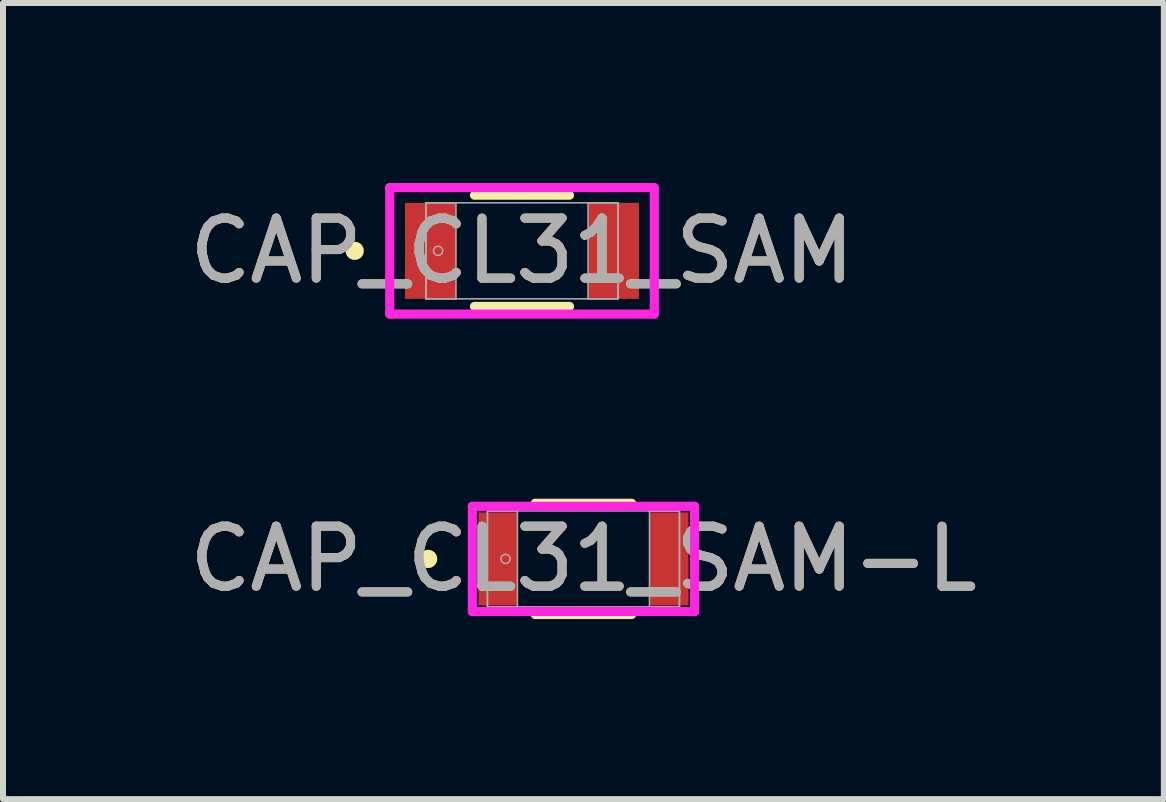
<source format=kicad_pcb>
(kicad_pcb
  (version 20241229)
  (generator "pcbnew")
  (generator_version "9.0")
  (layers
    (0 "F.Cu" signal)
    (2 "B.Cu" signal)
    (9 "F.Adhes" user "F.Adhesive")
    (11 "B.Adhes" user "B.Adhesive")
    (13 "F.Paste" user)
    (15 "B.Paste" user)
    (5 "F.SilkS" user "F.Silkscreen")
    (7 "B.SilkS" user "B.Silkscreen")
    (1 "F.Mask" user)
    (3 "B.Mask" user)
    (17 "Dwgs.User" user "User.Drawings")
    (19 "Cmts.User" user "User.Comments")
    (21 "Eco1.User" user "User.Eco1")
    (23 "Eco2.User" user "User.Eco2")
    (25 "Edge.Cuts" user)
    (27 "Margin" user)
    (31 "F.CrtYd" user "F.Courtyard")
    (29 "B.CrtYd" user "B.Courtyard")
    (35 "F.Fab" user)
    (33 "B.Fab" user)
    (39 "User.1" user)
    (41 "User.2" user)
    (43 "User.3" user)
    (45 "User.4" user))
  (footprint "CAP_CL31_SAM"
    (layer "F.Cu")
    (at 5.649 1.13)
    (property "Reference" "CAP_CL31_SAM" (at 0 0 0) (unlocked yes) (layer "F.SilkS") (effects (font (size 1 1) (thickness 0.15))))
    (attr smd)
    (fp_line (start -0.792 0.927) (end 0.792 0.927) (stroke (width 0.152) (type solid)) (layer "F.SilkS"))
    (fp_line (start 0.792 -0.927) (end -0.792 -0.927) (stroke (width 0.152) (type solid)) (layer "F.SilkS"))
    (fp_circle (center -2.788 0) (end -2.712 0) (stroke (width 0.152) (type solid)) (fill no) (layer "F.SilkS"))
    (fp_line (start -2.204 -1.054) (end 2.204 -1.054) (stroke (width 0.152) (type solid)) (layer "F.CrtYd"))
    (fp_line (start -2.204 1.054) (end -2.204 -1.054) (stroke (width 0.152) (type solid)) (layer "F.CrtYd"))
    (fp_line (start 2.204 -1.054) (end 2.204 1.054) (stroke (width 0.152) (type solid)) (layer "F.CrtYd"))
    (fp_line (start 2.204 1.054) (end -2.204 1.054) (stroke (width 0.152) (type solid)) (layer "F.CrtYd"))
    (fp_line (start -1.6 -0.8) (end -1.6 0.8) (stroke (width 0.025) (type solid)) (layer "F.Fab"))
    (fp_line (start -1.6 -0.8) (end -1.6 0.8) (stroke (width 0.025) (type solid)) (layer "F.Fab"))
    (fp_line (start -1.6 0.8) (end -1.1 0.8) (stroke (width 0.025) (type solid)) (layer "F.Fab"))
    (fp_line (start -1.6 0.8) (end 1.6 0.8) (stroke (width 0.025) (type solid)) (layer "F.Fab"))
    (fp_line (start -1.1 -0.8) (end -1.6 -0.8) (stroke (width 0.025) (type solid)) (layer "F.Fab"))
    (fp_line (start -1.1 0.8) (end -1.1 -0.8) (stroke (width 0.025) (type solid)) (layer "F.Fab"))
    (fp_line (start 1.1 -0.8) (end 1.1 0.8) (stroke (width 0.025) (type solid)) (layer "F.Fab"))
    (fp_line (start 1.1 0.8) (end 1.6 0.8) (stroke (width 0.025) (type solid)) (layer "F.Fab"))
    (fp_line (start 1.6 -0.8) (end -1.6 -0.8) (stroke (width 0.025) (type solid)) (layer "F.Fab"))
    (fp_line (start 1.6 -0.8) (end 1.1 -0.8) (stroke (width 0.025) (type solid)) (layer "F.Fab"))
    (fp_line (start 1.6 0.8) (end 1.6 -0.8) (stroke (width 0.025) (type solid)) (layer "F.Fab"))
    (fp_line (start 1.6 0.8) (end 1.6 -0.8) (stroke (width 0.025) (type solid)) (layer "F.Fab"))
    (fp_circle (center -1.398 0) (end -1.322 0) (stroke (width 0.025) (type solid)) (fill no) (layer "F.Fab"))
    (fp_text user "${REFERENCE}" (at 0 0 0) (unlocked yes) (layer "F.Fab") (effects (font (size 1 1) (thickness 0.15))))
    (pad "1" smd rect (at -1.525 0) (size 0.85 1.6) (layers "F.Cu" "F.Mask" "F.Paste"))
    (pad "2" smd rect (at 1.525 0) (size 0.85 1.6) (layers "F.Cu" "F.Mask" "F.Paste"))
    (zone (net_name "") (layer "F.Cu") (hatch full 0.508) (connect_pads) (min_thickness 0.254) (filled_areas_thickness no) (keepout (tracks not_allowed) (vias not_allowed) (pads allowed) (copperpour not_allowed) (footprints allowed)) (placement (enabled no)) (fill) (polygon (pts (xy 4.6 0.381) (xy 6.698 0.381) (xy 6.698 1.879) (xy 4.6 1.879)))))
  (footprint "CAP_CL31_SAM-L"
    (layer "F.Cu")
    (at 6.673 6.264)
    (property "Reference" "CAP_CL31_SAM-L" (at 0 0 0) (unlocked yes) (layer "F.SilkS") (effects (font (size 1 1) (thickness 0.15))))
    (attr smd)
    (fp_line (start -0.804 0.927) (end 0.804 0.927) (stroke (width 0.152) (type solid)) (layer "F.SilkS"))
    (fp_line (start 0.804 -0.927) (end -0.804 -0.927) (stroke (width 0.152) (type solid)) (layer "F.SilkS"))
    (fp_circle (center -2.588 0) (end -2.512 0) (stroke (width 0.152) (type solid)) (fill no) (layer "F.SilkS"))
    (fp_line (start -1.852 -0.877) (end 1.852 -0.877) (stroke (width 0.152) (type solid)) (layer "F.CrtYd"))
    (fp_line (start -1.852 0.877) (end -1.852 -0.877) (stroke (width 0.152) (type solid)) (layer "F.CrtYd"))
    (fp_line (start 1.852 -0.877) (end 1.852 0.877) (stroke (width 0.152) (type solid)) (layer "F.CrtYd"))
    (fp_line (start 1.852 0.877) (end -1.852 0.877) (stroke (width 0.152) (type solid)) (layer "F.CrtYd"))
    (fp_line (start -1.6 -0.8) (end -1.6 0.8) (stroke (width 0.025) (type solid)) (layer "F.Fab"))
    (fp_line (start -1.6 -0.8) (end -1.6 0.8) (stroke (width 0.025) (type solid)) (layer "F.Fab"))
    (fp_line (start -1.6 0.8) (end -1.1 0.8) (stroke (width 0.025) (type solid)) (layer "F.Fab"))
    (fp_line (start -1.6 0.8) (end 1.6 0.8) (stroke (width 0.025) (type solid)) (layer "F.Fab"))
    (fp_line (start -1.1 -0.8) (end -1.6 -0.8) (stroke (width 0.025) (type solid)) (layer "F.Fab"))
    (fp_line (start -1.1 0.8) (end -1.1 -0.8) (stroke (width 0.025) (type solid)) (layer "F.Fab"))
    (fp_line (start 1.1 -0.8) (end 1.1 0.8) (stroke (width 0.025) (type solid)) (layer "F.Fab"))
    (fp_line (start 1.1 0.8) (end 1.6 0.8) (stroke (width 0.025) (type solid)) (layer "F.Fab"))
    (fp_line (start 1.6 -0.8) (end -1.6 -0.8) (stroke (width 0.025) (type solid)) (layer "F.Fab"))
    (fp_line (start 1.6 -0.8) (end 1.1 -0.8) (stroke (width 0.025) (type solid)) (layer "F.Fab"))
    (fp_line (start 1.6 0.8) (end 1.6 -0.8) (stroke (width 0.025) (type solid)) (layer "F.Fab"))
    (fp_line (start 1.6 0.8) (end 1.6 -0.8) (stroke (width 0.025) (type solid)) (layer "F.Fab"))
    (fp_circle (center -1.298 0) (end -1.222 0) (stroke (width 0.025) (type solid)) (fill no) (layer "F.Fab"))
    (fp_text user "${REFERENCE}" (at 0 0 0) (unlocked yes) (layer "F.Fab") (effects (font (size 1 1) (thickness 0.15))))
    (pad "1" smd rect (at -1.425 0) (size 0.65 1.55) (layers "F.Cu" "F.Mask" "F.Paste"))
    (pad "2" smd rect (at 1.425 0) (size 0.65 1.55) (layers "F.Cu" "F.Mask" "F.Paste"))
    (zone (net_name "") (layer "F.Cu") (hatch full 0.508) (connect_pads) (min_thickness 0.254) (filled_areas_thickness no) (keepout (tracks not_allowed) (vias not_allowed) (pads allowed) (copperpour not_allowed) (footprints allowed)) (placement (enabled no)) (fill) (polygon (pts (xy 5.623 5.514) (xy 7.722 5.514) (xy 7.722 7.013) (xy 5.623 7.013)))))
  (gr_rect
    (start -3 -3)
    (end 16.345 10.267)
    (stroke (width 0.1) (type default))
    (fill no)
    (layer "Edge.Cuts")))
</source>
